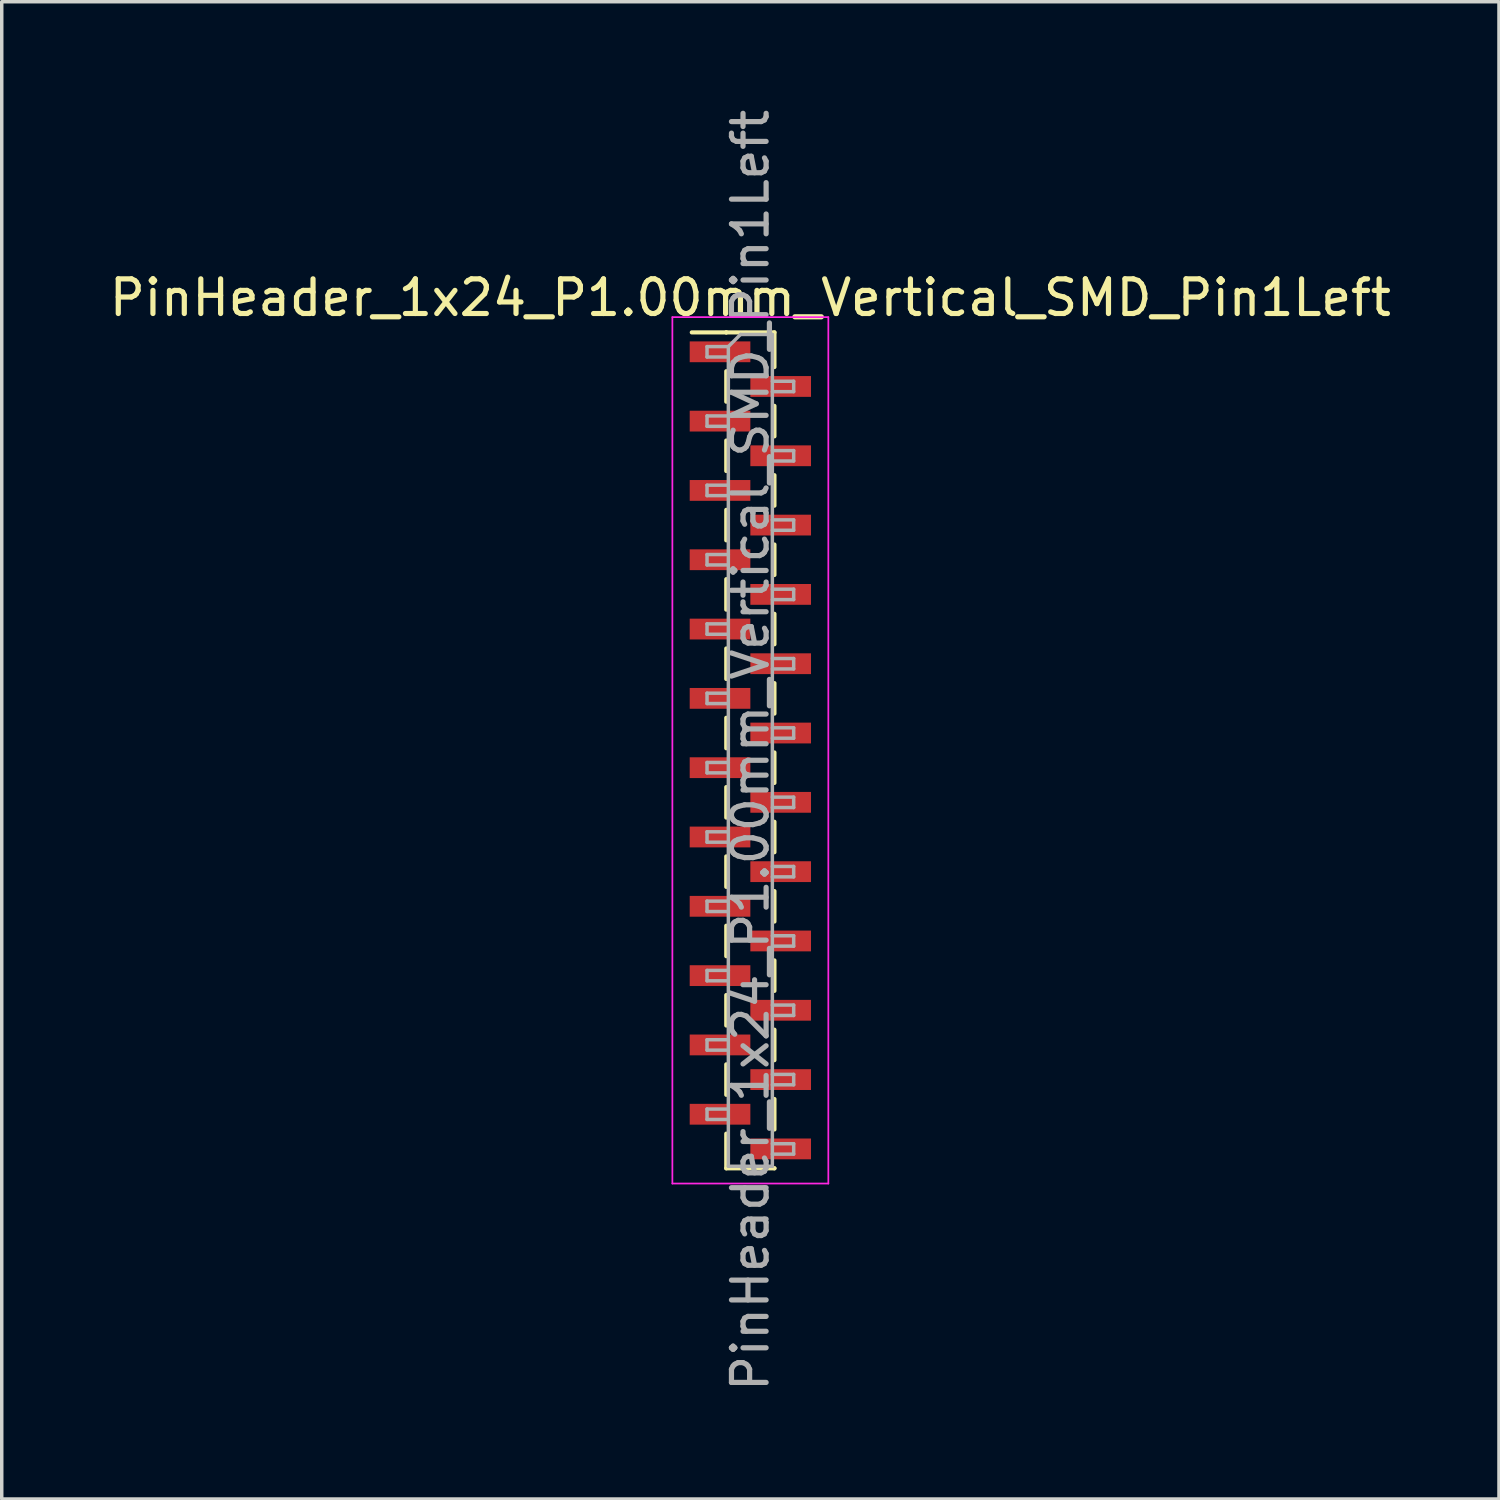
<source format=kicad_pcb>
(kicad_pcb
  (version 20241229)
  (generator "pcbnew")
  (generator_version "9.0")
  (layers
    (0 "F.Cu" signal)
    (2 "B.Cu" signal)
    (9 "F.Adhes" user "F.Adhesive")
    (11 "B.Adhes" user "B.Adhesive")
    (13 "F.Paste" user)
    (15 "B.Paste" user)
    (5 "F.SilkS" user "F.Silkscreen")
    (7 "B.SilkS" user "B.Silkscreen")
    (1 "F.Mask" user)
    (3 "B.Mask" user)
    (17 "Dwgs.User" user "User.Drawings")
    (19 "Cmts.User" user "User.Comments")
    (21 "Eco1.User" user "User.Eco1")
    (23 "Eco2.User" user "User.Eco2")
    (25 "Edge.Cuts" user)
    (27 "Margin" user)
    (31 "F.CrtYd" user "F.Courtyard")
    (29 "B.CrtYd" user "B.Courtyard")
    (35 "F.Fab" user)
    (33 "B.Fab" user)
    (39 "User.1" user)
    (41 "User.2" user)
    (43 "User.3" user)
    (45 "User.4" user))
  (footprint "PinHeader_1x24_P1.00mm_Vertical_SMD_Pin1Left"
    (layer "F.Cu")
    (at 18.601 18.601)
    (property "Reference" "PinHeader_1x24_P1.00mm_Vertical_SMD_Pin1Left" (at 0 -13.06 0) (layer "F.SilkS") (effects (font (size 1 1) (thickness 0.15))))
    (attr smd)
    (fp_line (start -0.695 -12.06) (end -1.69 -12.06) (stroke (width 0.12) (type solid)) (layer "F.SilkS"))
    (fp_line (start -0.695 -12.06) (end -0.695 -12.06) (stroke (width 0.12) (type solid)) (layer "F.SilkS"))
    (fp_line (start -0.695 -12.06) (end 0.695 -12.06) (stroke (width 0.12) (type solid)) (layer "F.SilkS"))
    (fp_line (start -0.695 -10.94) (end -0.695 -10.06) (stroke (width 0.12) (type solid)) (layer "F.SilkS"))
    (fp_line (start -0.695 -8.94) (end -0.695 -8.06) (stroke (width 0.12) (type solid)) (layer "F.SilkS"))
    (fp_line (start -0.695 -6.94) (end -0.695 -6.06) (stroke (width 0.12) (type solid)) (layer "F.SilkS"))
    (fp_line (start -0.695 -4.94) (end -0.695 -4.06) (stroke (width 0.12) (type solid)) (layer "F.SilkS"))
    (fp_line (start -0.695 -2.94) (end -0.695 -2.06) (stroke (width 0.12) (type solid)) (layer "F.SilkS"))
    (fp_line (start -0.695 -0.94) (end -0.695 -0.06) (stroke (width 0.12) (type solid)) (layer "F.SilkS"))
    (fp_line (start -0.695 1.06) (end -0.695 1.94) (stroke (width 0.12) (type solid)) (layer "F.SilkS"))
    (fp_line (start -0.695 3.06) (end -0.695 3.94) (stroke (width 0.12) (type solid)) (layer "F.SilkS"))
    (fp_line (start -0.695 5.06) (end -0.695 5.94) (stroke (width 0.12) (type solid)) (layer "F.SilkS"))
    (fp_line (start -0.695 7.06) (end -0.695 7.94) (stroke (width 0.12) (type solid)) (layer "F.SilkS"))
    (fp_line (start -0.695 9.06) (end -0.695 9.94) (stroke (width 0.12) (type solid)) (layer "F.SilkS"))
    (fp_line (start -0.695 11.06) (end -0.695 12.06) (stroke (width 0.12) (type solid)) (layer "F.SilkS"))
    (fp_line (start -0.695 12.06) (end 0.695 12.06) (stroke (width 0.12) (type solid)) (layer "F.SilkS"))
    (fp_line (start 0.695 -12.06) (end 0.695 -11.06) (stroke (width 0.12) (type solid)) (layer "F.SilkS"))
    (fp_line (start 0.695 -9.94) (end 0.695 -9.06) (stroke (width 0.12) (type solid)) (layer "F.SilkS"))
    (fp_line (start 0.695 -7.94) (end 0.695 -7.06) (stroke (width 0.12) (type solid)) (layer "F.SilkS"))
    (fp_line (start 0.695 -5.94) (end 0.695 -5.06) (stroke (width 0.12) (type solid)) (layer "F.SilkS"))
    (fp_line (start 0.695 -3.94) (end 0.695 -3.06) (stroke (width 0.12) (type solid)) (layer "F.SilkS"))
    (fp_line (start 0.695 -1.94) (end 0.695 -1.06) (stroke (width 0.12) (type solid)) (layer "F.SilkS"))
    (fp_line (start 0.695 0.06) (end 0.695 0.94) (stroke (width 0.12) (type solid)) (layer "F.SilkS"))
    (fp_line (start 0.695 2.06) (end 0.695 2.94) (stroke (width 0.12) (type solid)) (layer "F.SilkS"))
    (fp_line (start 0.695 4.06) (end 0.695 4.94) (stroke (width 0.12) (type solid)) (layer "F.SilkS"))
    (fp_line (start 0.695 6.06) (end 0.695 6.94) (stroke (width 0.12) (type solid)) (layer "F.SilkS"))
    (fp_line (start 0.695 8.06) (end 0.695 8.94) (stroke (width 0.12) (type solid)) (layer "F.SilkS"))
    (fp_line (start 0.695 10.06) (end 0.695 10.94) (stroke (width 0.12) (type solid)) (layer "F.SilkS"))
    (fp_line (start 0.695 12.06) (end 0.695 12.06) (stroke (width 0.12) (type solid)) (layer "F.SilkS"))
    (fp_line (start -2.25 -12.5) (end -2.25 12.5) (stroke (width 0.05) (type solid)) (layer "F.CrtYd"))
    (fp_line (start -2.25 12.5) (end 2.25 12.5) (stroke (width 0.05) (type solid)) (layer "F.CrtYd"))
    (fp_line (start 2.25 -12.5) (end -2.25 -12.5) (stroke (width 0.05) (type solid)) (layer "F.CrtYd"))
    (fp_line (start 2.25 12.5) (end 2.25 -12.5) (stroke (width 0.05) (type solid)) (layer "F.CrtYd"))
    (fp_line (start -1.25 -11.65) (end -1.25 -11.35) (stroke (width 0.1) (type solid)) (layer "F.Fab"))
    (fp_line (start -1.25 -11.35) (end -0.635 -11.35) (stroke (width 0.1) (type solid)) (layer "F.Fab"))
    (fp_line (start -1.25 -9.65) (end -1.25 -9.35) (stroke (width 0.1) (type solid)) (layer "F.Fab"))
    (fp_line (start -1.25 -9.35) (end -0.635 -9.35) (stroke (width 0.1) (type solid)) (layer "F.Fab"))
    (fp_line (start -1.25 -7.65) (end -1.25 -7.35) (stroke (width 0.1) (type solid)) (layer "F.Fab"))
    (fp_line (start -1.25 -7.35) (end -0.635 -7.35) (stroke (width 0.1) (type solid)) (layer "F.Fab"))
    (fp_line (start -1.25 -5.65) (end -1.25 -5.35) (stroke (width 0.1) (type solid)) (layer "F.Fab"))
    (fp_line (start -1.25 -5.35) (end -0.635 -5.35) (stroke (width 0.1) (type solid)) (layer "F.Fab"))
    (fp_line (start -1.25 -3.65) (end -1.25 -3.35) (stroke (width 0.1) (type solid)) (layer "F.Fab"))
    (fp_line (start -1.25 -3.35) (end -0.635 -3.35) (stroke (width 0.1) (type solid)) (layer "F.Fab"))
    (fp_line (start -1.25 -1.65) (end -1.25 -1.35) (stroke (width 0.1) (type solid)) (layer "F.Fab"))
    (fp_line (start -1.25 -1.35) (end -0.635 -1.35) (stroke (width 0.1) (type solid)) (layer "F.Fab"))
    (fp_line (start -1.25 0.35) (end -1.25 0.65) (stroke (width 0.1) (type solid)) (layer "F.Fab"))
    (fp_line (start -1.25 0.65) (end -0.635 0.65) (stroke (width 0.1) (type solid)) (layer "F.Fab"))
    (fp_line (start -1.25 2.35) (end -1.25 2.65) (stroke (width 0.1) (type solid)) (layer "F.Fab"))
    (fp_line (start -1.25 2.65) (end -0.635 2.65) (stroke (width 0.1) (type solid)) (layer "F.Fab"))
    (fp_line (start -1.25 4.35) (end -1.25 4.65) (stroke (width 0.1) (type solid)) (layer "F.Fab"))
    (fp_line (start -1.25 4.65) (end -0.635 4.65) (stroke (width 0.1) (type solid)) (layer "F.Fab"))
    (fp_line (start -1.25 6.35) (end -1.25 6.65) (stroke (width 0.1) (type solid)) (layer "F.Fab"))
    (fp_line (start -1.25 6.65) (end -0.635 6.65) (stroke (width 0.1) (type solid)) (layer "F.Fab"))
    (fp_line (start -1.25 8.35) (end -1.25 8.65) (stroke (width 0.1) (type solid)) (layer "F.Fab"))
    (fp_line (start -1.25 8.65) (end -0.635 8.65) (stroke (width 0.1) (type solid)) (layer "F.Fab"))
    (fp_line (start -1.25 10.35) (end -1.25 10.65) (stroke (width 0.1) (type solid)) (layer "F.Fab"))
    (fp_line (start -1.25 10.65) (end -0.635 10.65) (stroke (width 0.1) (type solid)) (layer "F.Fab"))
    (fp_line (start -0.635 -11.65) (end -1.25 -11.65) (stroke (width 0.1) (type solid)) (layer "F.Fab"))
    (fp_line (start -0.635 -11.65) (end -0.285 -12) (stroke (width 0.1) (type solid)) (layer "F.Fab"))
    (fp_line (start -0.635 -9.65) (end -1.25 -9.65) (stroke (width 0.1) (type solid)) (layer "F.Fab"))
    (fp_line (start -0.635 -7.65) (end -1.25 -7.65) (stroke (width 0.1) (type solid)) (layer "F.Fab"))
    (fp_line (start -0.635 -5.65) (end -1.25 -5.65) (stroke (width 0.1) (type solid)) (layer "F.Fab"))
    (fp_line (start -0.635 -3.65) (end -1.25 -3.65) (stroke (width 0.1) (type solid)) (layer "F.Fab"))
    (fp_line (start -0.635 -1.65) (end -1.25 -1.65) (stroke (width 0.1) (type solid)) (layer "F.Fab"))
    (fp_line (start -0.635 0.35) (end -1.25 0.35) (stroke (width 0.1) (type solid)) (layer "F.Fab"))
    (fp_line (start -0.635 2.35) (end -1.25 2.35) (stroke (width 0.1) (type solid)) (layer "F.Fab"))
    (fp_line (start -0.635 4.35) (end -1.25 4.35) (stroke (width 0.1) (type solid)) (layer "F.Fab"))
    (fp_line (start -0.635 6.35) (end -1.25 6.35) (stroke (width 0.1) (type solid)) (layer "F.Fab"))
    (fp_line (start -0.635 8.35) (end -1.25 8.35) (stroke (width 0.1) (type solid)) (layer "F.Fab"))
    (fp_line (start -0.635 10.35) (end -1.25 10.35) (stroke (width 0.1) (type solid)) (layer "F.Fab"))
    (fp_line (start -0.635 12) (end -0.635 -11.65) (stroke (width 0.1) (type solid)) (layer "F.Fab"))
    (fp_line (start -0.285 -12) (end 0.635 -12) (stroke (width 0.1) (type solid)) (layer "F.Fab"))
    (fp_line (start 0.635 -12) (end 0.635 12) (stroke (width 0.1) (type solid)) (layer "F.Fab"))
    (fp_line (start 0.635 -10.65) (end 1.25 -10.65) (stroke (width 0.1) (type solid)) (layer "F.Fab"))
    (fp_line (start 0.635 -8.65) (end 1.25 -8.65) (stroke (width 0.1) (type solid)) (layer "F.Fab"))
    (fp_line (start 0.635 -6.65) (end 1.25 -6.65) (stroke (width 0.1) (type solid)) (layer "F.Fab"))
    (fp_line (start 0.635 -4.65) (end 1.25 -4.65) (stroke (width 0.1) (type solid)) (layer "F.Fab"))
    (fp_line (start 0.635 -2.65) (end 1.25 -2.65) (stroke (width 0.1) (type solid)) (layer "F.Fab"))
    (fp_line (start 0.635 -0.65) (end 1.25 -0.65) (stroke (width 0.1) (type solid)) (layer "F.Fab"))
    (fp_line (start 0.635 1.35) (end 1.25 1.35) (stroke (width 0.1) (type solid)) (layer "F.Fab"))
    (fp_line (start 0.635 3.35) (end 1.25 3.35) (stroke (width 0.1) (type solid)) (layer "F.Fab"))
    (fp_line (start 0.635 5.35) (end 1.25 5.35) (stroke (width 0.1) (type solid)) (layer "F.Fab"))
    (fp_line (start 0.635 7.35) (end 1.25 7.35) (stroke (width 0.1) (type solid)) (layer "F.Fab"))
    (fp_line (start 0.635 9.35) (end 1.25 9.35) (stroke (width 0.1) (type solid)) (layer "F.Fab"))
    (fp_line (start 0.635 11.35) (end 1.25 11.35) (stroke (width 0.1) (type solid)) (layer "F.Fab"))
    (fp_line (start 0.635 12) (end -0.635 12) (stroke (width 0.1) (type solid)) (layer "F.Fab"))
    (fp_line (start 1.25 -10.65) (end 1.25 -10.35) (stroke (width 0.1) (type solid)) (layer "F.Fab"))
    (fp_line (start 1.25 -10.35) (end 0.635 -10.35) (stroke (width 0.1) (type solid)) (layer "F.Fab"))
    (fp_line (start 1.25 -8.65) (end 1.25 -8.35) (stroke (width 0.1) (type solid)) (layer "F.Fab"))
    (fp_line (start 1.25 -8.35) (end 0.635 -8.35) (stroke (width 0.1) (type solid)) (layer "F.Fab"))
    (fp_line (start 1.25 -6.65) (end 1.25 -6.35) (stroke (width 0.1) (type solid)) (layer "F.Fab"))
    (fp_line (start 1.25 -6.35) (end 0.635 -6.35) (stroke (width 0.1) (type solid)) (layer "F.Fab"))
    (fp_line (start 1.25 -4.65) (end 1.25 -4.35) (stroke (width 0.1) (type solid)) (layer "F.Fab"))
    (fp_line (start 1.25 -4.35) (end 0.635 -4.35) (stroke (width 0.1) (type solid)) (layer "F.Fab"))
    (fp_line (start 1.25 -2.65) (end 1.25 -2.35) (stroke (width 0.1) (type solid)) (layer "F.Fab"))
    (fp_line (start 1.25 -2.35) (end 0.635 -2.35) (stroke (width 0.1) (type solid)) (layer "F.Fab"))
    (fp_line (start 1.25 -0.65) (end 1.25 -0.35) (stroke (width 0.1) (type solid)) (layer "F.Fab"))
    (fp_line (start 1.25 -0.35) (end 0.635 -0.35) (stroke (width 0.1) (type solid)) (layer "F.Fab"))
    (fp_line (start 1.25 1.35) (end 1.25 1.65) (stroke (width 0.1) (type solid)) (layer "F.Fab"))
    (fp_line (start 1.25 1.65) (end 0.635 1.65) (stroke (width 0.1) (type solid)) (layer "F.Fab"))
    (fp_line (start 1.25 3.35) (end 1.25 3.65) (stroke (width 0.1) (type solid)) (layer "F.Fab"))
    (fp_line (start 1.25 3.65) (end 0.635 3.65) (stroke (width 0.1) (type solid)) (layer "F.Fab"))
    (fp_line (start 1.25 5.35) (end 1.25 5.65) (stroke (width 0.1) (type solid)) (layer "F.Fab"))
    (fp_line (start 1.25 5.65) (end 0.635 5.65) (stroke (width 0.1) (type solid)) (layer "F.Fab"))
    (fp_line (start 1.25 7.35) (end 1.25 7.65) (stroke (width 0.1) (type solid)) (layer "F.Fab"))
    (fp_line (start 1.25 7.65) (end 0.635 7.65) (stroke (width 0.1) (type solid)) (layer "F.Fab"))
    (fp_line (start 1.25 9.35) (end 1.25 9.65) (stroke (width 0.1) (type solid)) (layer "F.Fab"))
    (fp_line (start 1.25 9.65) (end 0.635 9.65) (stroke (width 0.1) (type solid)) (layer "F.Fab"))
    (fp_line (start 1.25 11.35) (end 1.25 11.65) (stroke (width 0.1) (type solid)) (layer "F.Fab"))
    (fp_line (start 1.25 11.65) (end 0.635 11.65) (stroke (width 0.1) (type solid)) (layer "F.Fab"))
    (fp_text user "${REFERENCE}" (at 0 0 90) (layer "F.Fab") (effects (font (size 1 1) (thickness 0.15))))
    (pad "1" smd rect (at -0.875 -11.5) (size 1.75 0.6) (layers "F.Cu" "F.Mask" "F.Paste"))
    (pad "2" smd rect (at 0.875 -10.5) (size 1.75 0.6) (layers "F.Cu" "F.Mask" "F.Paste"))
    (pad "3" smd rect (at -0.875 -9.5) (size 1.75 0.6) (layers "F.Cu" "F.Mask" "F.Paste"))
    (pad "4" smd rect (at 0.875 -8.5) (size 1.75 0.6) (layers "F.Cu" "F.Mask" "F.Paste"))
    (pad "5" smd rect (at -0.875 -7.5) (size 1.75 0.6) (layers "F.Cu" "F.Mask" "F.Paste"))
    (pad "6" smd rect (at 0.875 -6.5) (size 1.75 0.6) (layers "F.Cu" "F.Mask" "F.Paste"))
    (pad "7" smd rect (at -0.875 -5.5) (size 1.75 0.6) (layers "F.Cu" "F.Mask" "F.Paste"))
    (pad "8" smd rect (at 0.875 -4.5) (size 1.75 0.6) (layers "F.Cu" "F.Mask" "F.Paste"))
    (pad "9" smd rect (at -0.875 -3.5) (size 1.75 0.6) (layers "F.Cu" "F.Mask" "F.Paste"))
    (pad "10" smd rect (at 0.875 -2.5) (size 1.75 0.6) (layers "F.Cu" "F.Mask" "F.Paste"))
    (pad "11" smd rect (at -0.875 -1.5) (size 1.75 0.6) (layers "F.Cu" "F.Mask" "F.Paste"))
    (pad "12" smd rect (at 0.875 -0.5) (size 1.75 0.6) (layers "F.Cu" "F.Mask" "F.Paste"))
    (pad "13" smd rect (at -0.875 0.5) (size 1.75 0.6) (layers "F.Cu" "F.Mask" "F.Paste"))
    (pad "14" smd rect (at 0.875 1.5) (size 1.75 0.6) (layers "F.Cu" "F.Mask" "F.Paste"))
    (pad "15" smd rect (at -0.875 2.5) (size 1.75 0.6) (layers "F.Cu" "F.Mask" "F.Paste"))
    (pad "16" smd rect (at 0.875 3.5) (size 1.75 0.6) (layers "F.Cu" "F.Mask" "F.Paste"))
    (pad "17" smd rect (at -0.875 4.5) (size 1.75 0.6) (layers "F.Cu" "F.Mask" "F.Paste"))
    (pad "18" smd rect (at 0.875 5.5) (size 1.75 0.6) (layers "F.Cu" "F.Mask" "F.Paste"))
    (pad "19" smd rect (at -0.875 6.5) (size 1.75 0.6) (layers "F.Cu" "F.Mask" "F.Paste"))
    (pad "20" smd rect (at 0.875 7.5) (size 1.75 0.6) (layers "F.Cu" "F.Mask" "F.Paste"))
    (pad "21" smd rect (at -0.875 8.5) (size 1.75 0.6) (layers "F.Cu" "F.Mask" "F.Paste"))
    (pad "22" smd rect (at 0.875 9.5) (size 1.75 0.6) (layers "F.Cu" "F.Mask" "F.Paste"))
    (pad "23" smd rect (at -0.875 10.5) (size 1.75 0.6) (layers "F.Cu" "F.Mask" "F.Paste"))
    (pad "24" smd rect (at 0.875 11.5) (size 1.75 0.6) (layers "F.Cu" "F.Mask" "F.Paste")))
  (gr_rect
    (start -3 -3)
    (end 40.202 40.202)
    (stroke (width 0.1) (type default))
    (fill no)
    (layer "Edge.Cuts")))
</source>
